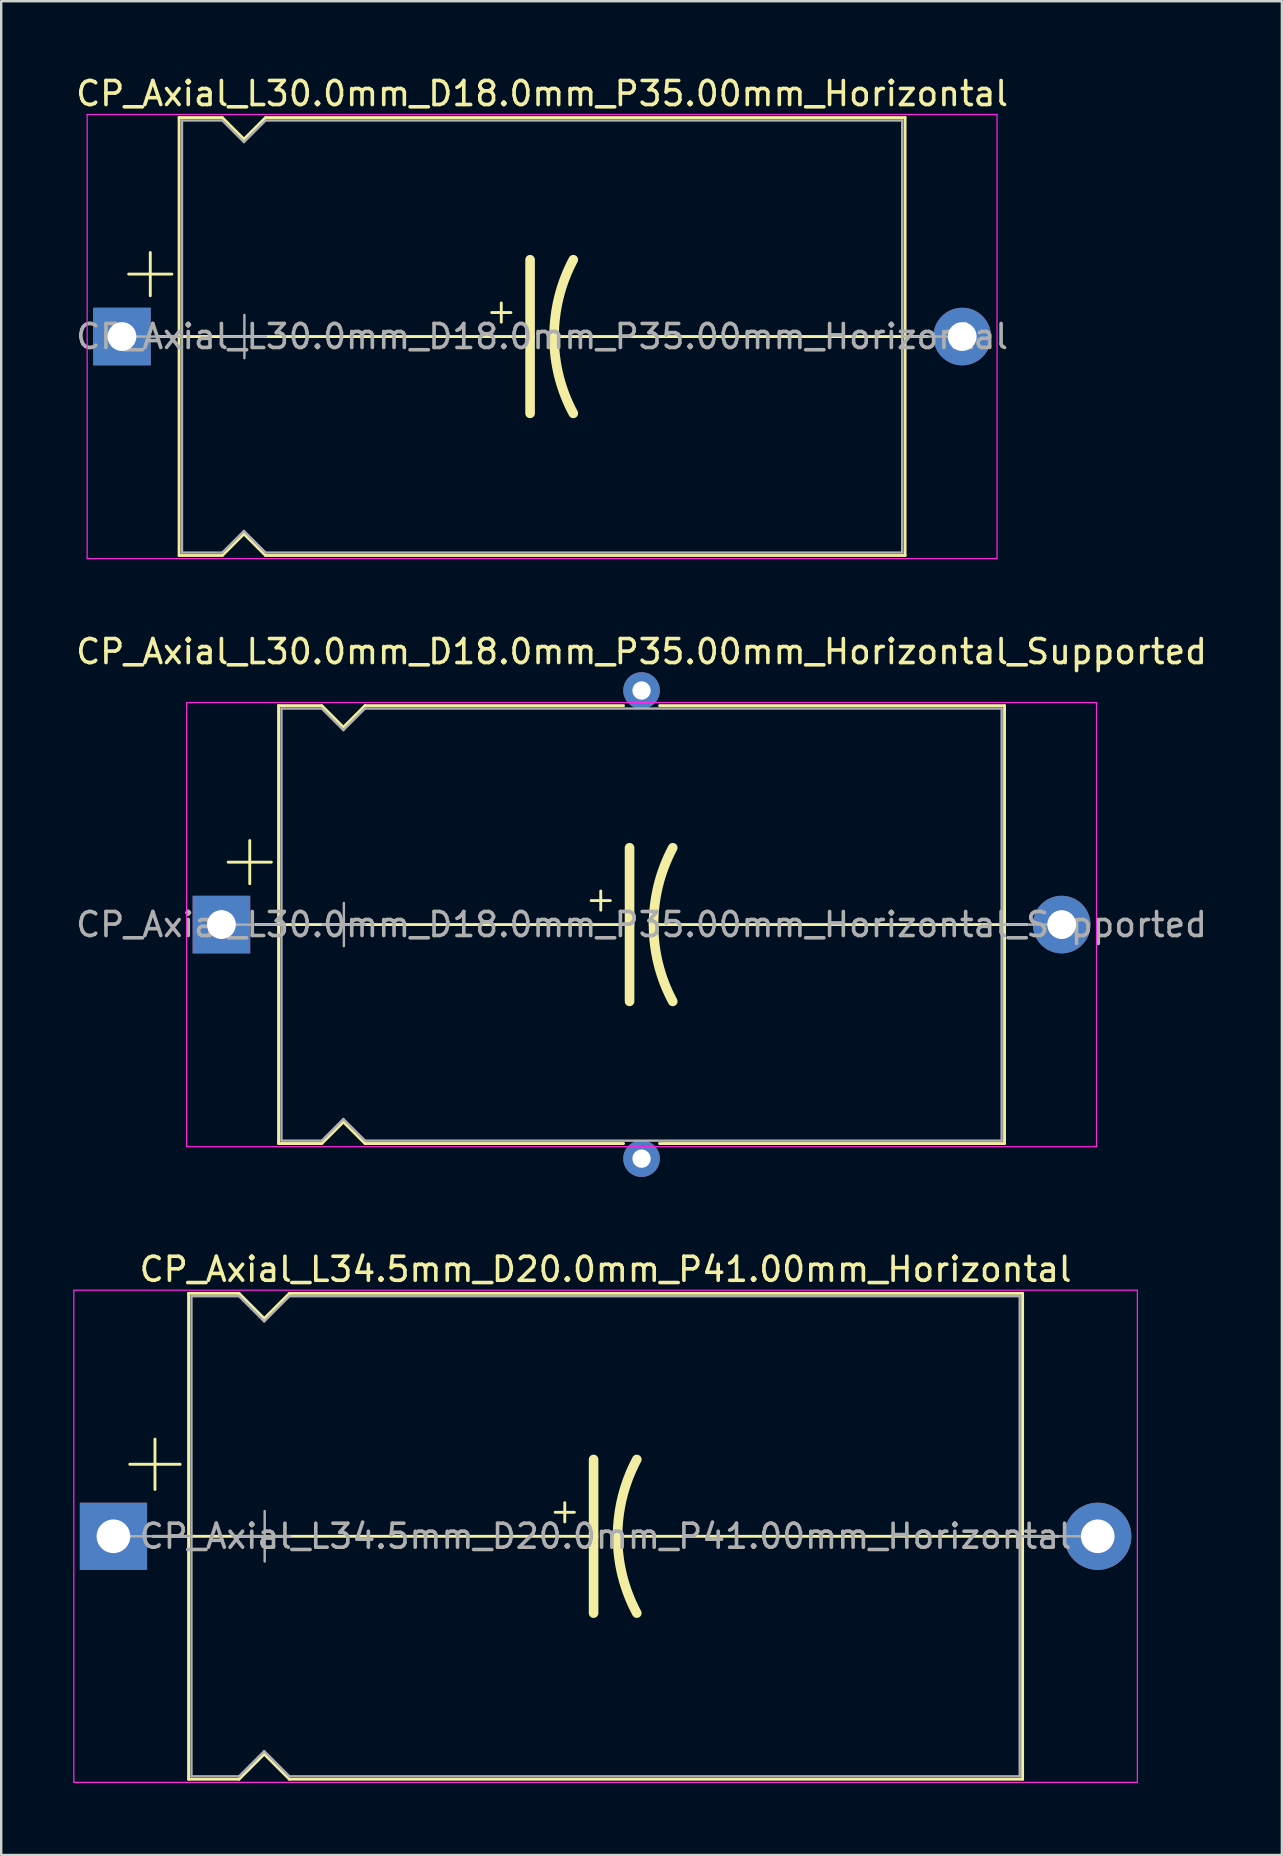
<source format=kicad_pcb>
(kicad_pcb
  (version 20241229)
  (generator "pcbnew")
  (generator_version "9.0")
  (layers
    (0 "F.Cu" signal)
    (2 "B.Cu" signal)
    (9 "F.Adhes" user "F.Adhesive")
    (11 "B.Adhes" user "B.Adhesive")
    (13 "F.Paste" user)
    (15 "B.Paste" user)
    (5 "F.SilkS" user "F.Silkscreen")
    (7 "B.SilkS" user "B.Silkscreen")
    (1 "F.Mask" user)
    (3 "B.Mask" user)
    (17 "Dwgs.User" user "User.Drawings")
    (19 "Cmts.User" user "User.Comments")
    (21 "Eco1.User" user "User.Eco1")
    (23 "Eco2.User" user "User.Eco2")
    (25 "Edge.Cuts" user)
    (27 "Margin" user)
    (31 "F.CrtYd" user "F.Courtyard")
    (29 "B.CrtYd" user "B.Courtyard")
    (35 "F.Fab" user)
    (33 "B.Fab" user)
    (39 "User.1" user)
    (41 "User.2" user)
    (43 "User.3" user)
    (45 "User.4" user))
  (footprint "CP_Axial_L34.5mm_D20.0mm_P41.00mm_Horizontal"
    (layer "F.Cu")
    (at 1.675 60.942)
    (property "Reference" "CP_Axial_L34.5mm_D20.0mm_P41.00mm_Horizontal" (at 20.5 -11.12 0) (layer "F.SilkS") (effects (font (size 1 1) (thickness 0.15))))
    (attr through_hole)
    (fp_line (start 0.68 -3) (end 2.78 -3) (stroke (width 0.12) (type solid)) (layer "F.SilkS"))
    (fp_line (start 1.64 0) (end 3.13 0) (stroke (width 0.12) (type solid)) (layer "F.SilkS"))
    (fp_line (start 1.73 -4.05) (end 1.73 -1.95) (stroke (width 0.12) (type solid)) (layer "F.SilkS"))
    (fp_line (start 3.13 -10.12) (end 3.13 10.12) (stroke (width 0.12) (type solid)) (layer "F.SilkS"))
    (fp_line (start 3.13 -10.12) (end 5.23 -10.12) (stroke (width 0.12) (type solid)) (layer "F.SilkS"))
    (fp_line (start 3.13 0) (end 20 0) (stroke (width 0.12) (type solid)) (layer "F.SilkS"))
    (fp_line (start 3.13 10.12) (end 5.23 10.12) (stroke (width 0.12) (type solid)) (layer "F.SilkS"))
    (fp_line (start 5.23 -10.12) (end 6.28 -9.07) (stroke (width 0.12) (type solid)) (layer "F.SilkS"))
    (fp_line (start 5.23 10.12) (end 6.28 9.07) (stroke (width 0.12) (type solid)) (layer "F.SilkS"))
    (fp_line (start 6.28 -9.07) (end 7.33 -10.12) (stroke (width 0.12) (type solid)) (layer "F.SilkS"))
    (fp_line (start 6.28 9.07) (end 7.33 10.12) (stroke (width 0.12) (type solid)) (layer "F.SilkS"))
    (fp_line (start 7.33 -10.12) (end 37.87 -10.12) (stroke (width 0.12) (type solid)) (layer "F.SilkS"))
    (fp_line (start 7.33 10.12) (end 37.87 10.12) (stroke (width 0.12) (type solid)) (layer "F.SilkS"))
    (fp_line (start 18.4 -1) (end 19.2 -1) (stroke (width 0.12) (type solid)) (layer "F.SilkS"))
    (fp_line (start 18.8 -1.4) (end 18.8 -0.6) (stroke (width 0.12) (type solid)) (layer "F.SilkS"))
    (fp_line (start 20 0) (end 20 -3.2) (stroke (width 0.4) (type solid)) (layer "F.SilkS"))
    (fp_line (start 20 0) (end 20 3.2) (stroke (width 0.4) (type solid)) (layer "F.SilkS"))
    (fp_line (start 37.87 -10.12) (end 37.87 10.12) (stroke (width 0.12) (type solid)) (layer "F.SilkS"))
    (fp_line (start 37.87 0) (end 21 0) (stroke (width 0.12) (type solid)) (layer "F.SilkS"))
    (fp_line (start 39.36 0) (end 37.87 0) (stroke (width 0.12) (type solid)) (layer "F.SilkS"))
    (fp_arc (start 21 0) (mid 21.203545 -1.649114) (end 21.8 -3.2) (stroke (width 0.4) (type solid)) (layer "F.SilkS"))
    (fp_arc (start 21.8 3.2) (mid 21.200709 1.649823) (end 21 0) (stroke (width 0.4) (type solid)) (layer "F.SilkS"))
    (fp_line (start -1.65 -10.25) (end -1.65 10.25) (stroke (width 0.05) (type solid)) (layer "F.CrtYd"))
    (fp_line (start -1.65 10.25) (end 42.65 10.25) (stroke (width 0.05) (type solid)) (layer "F.CrtYd"))
    (fp_line (start 42.65 -10.25) (end -1.65 -10.25) (stroke (width 0.05) (type solid)) (layer "F.CrtYd"))
    (fp_line (start 42.65 10.25) (end 42.65 -10.25) (stroke (width 0.05) (type solid)) (layer "F.CrtYd"))
    (fp_line (start 0 0) (end 3.25 0) (stroke (width 0.1) (type solid)) (layer "F.Fab"))
    (fp_line (start 3.25 -10) (end 3.25 10) (stroke (width 0.1) (type solid)) (layer "F.Fab"))
    (fp_line (start 3.25 -10) (end 5.23 -10) (stroke (width 0.1) (type solid)) (layer "F.Fab"))
    (fp_line (start 3.25 10) (end 5.23 10) (stroke (width 0.1) (type solid)) (layer "F.Fab"))
    (fp_line (start 5.23 -10) (end 6.28 -8.95) (stroke (width 0.1) (type solid)) (layer "F.Fab"))
    (fp_line (start 5.23 10) (end 6.28 8.95) (stroke (width 0.1) (type solid)) (layer "F.Fab"))
    (fp_line (start 5.25 0) (end 7.35 0) (stroke (width 0.1) (type solid)) (layer "F.Fab"))
    (fp_line (start 6.28 -8.95) (end 7.33 -10) (stroke (width 0.1) (type solid)) (layer "F.Fab"))
    (fp_line (start 6.28 8.95) (end 7.33 10) (stroke (width 0.1) (type solid)) (layer "F.Fab"))
    (fp_line (start 6.3 -1.05) (end 6.3 1.05) (stroke (width 0.1) (type solid)) (layer "F.Fab"))
    (fp_line (start 7.33 -10) (end 37.75 -10) (stroke (width 0.1) (type solid)) (layer "F.Fab"))
    (fp_line (start 7.33 10) (end 37.75 10) (stroke (width 0.1) (type solid)) (layer "F.Fab"))
    (fp_line (start 37.75 -10) (end 37.75 10) (stroke (width 0.1) (type solid)) (layer "F.Fab"))
    (fp_line (start 41 0) (end 37.75 0) (stroke (width 0.1) (type solid)) (layer "F.Fab"))
    (fp_text user "${REFERENCE}" (at 20.5 0 0) (layer "F.Fab") (effects (font (size 1 1) (thickness 0.15))))
    (pad "1" thru_hole rect (at 0 0) (size 2.8 2.8) (drill 1.4) (layers "*.Cu" "*.Mask"))
    (pad "2" thru_hole oval (at 41 0) (size 2.8 2.8) (drill 1.4) (layers "*.Cu" "*.Mask")))
  (footprint "CP_Axial_L30.0mm_D18.0mm_P35.00mm_Horizontal"
    (layer "F.Cu")
    (at 2.03 10.968)
    (property "Reference" "CP_Axial_L30.0mm_D18.0mm_P35.00mm_Horizontal" (at 17.5 -10.12 0) (layer "F.SilkS") (effects (font (size 1 1) (thickness 0.15))))
    (attr through_hole)
    (fp_line (start 0.28 -2.6) (end 2.08 -2.6) (stroke (width 0.12) (type solid)) (layer "F.SilkS"))
    (fp_line (start 1.18 -3.5) (end 1.18 -1.7) (stroke (width 0.12) (type solid)) (layer "F.SilkS"))
    (fp_line (start 1.44 0) (end 2.38 0) (stroke (width 0.12) (type solid)) (layer "F.SilkS"))
    (fp_line (start 2.38 -9.12) (end 2.38 9.12) (stroke (width 0.12) (type solid)) (layer "F.SilkS"))
    (fp_line (start 2.38 -9.12) (end 4.18 -9.12) (stroke (width 0.12) (type solid)) (layer "F.SilkS"))
    (fp_line (start 2.38 0) (end 17 0) (stroke (width 0.12) (type solid)) (layer "F.SilkS"))
    (fp_line (start 2.38 9.12) (end 4.18 9.12) (stroke (width 0.12) (type solid)) (layer "F.SilkS"))
    (fp_line (start 4.18 -9.12) (end 5.08 -8.22) (stroke (width 0.12) (type solid)) (layer "F.SilkS"))
    (fp_line (start 4.18 9.12) (end 5.08 8.22) (stroke (width 0.12) (type solid)) (layer "F.SilkS"))
    (fp_line (start 5.08 -8.22) (end 5.98 -9.12) (stroke (width 0.12) (type solid)) (layer "F.SilkS"))
    (fp_line (start 5.08 8.22) (end 5.98 9.12) (stroke (width 0.12) (type solid)) (layer "F.SilkS"))
    (fp_line (start 5.98 -9.12) (end 32.62 -9.12) (stroke (width 0.12) (type solid)) (layer "F.SilkS"))
    (fp_line (start 5.98 9.12) (end 32.62 9.12) (stroke (width 0.12) (type solid)) (layer "F.SilkS"))
    (fp_line (start 15.4 -1) (end 16.2 -1) (stroke (width 0.12) (type solid)) (layer "F.SilkS"))
    (fp_line (start 15.8 -1.4) (end 15.8 -0.6) (stroke (width 0.12) (type solid)) (layer "F.SilkS"))
    (fp_line (start 17 0) (end 17 -3.2) (stroke (width 0.4) (type solid)) (layer "F.SilkS"))
    (fp_line (start 17 0) (end 17 3.2) (stroke (width 0.4) (type solid)) (layer "F.SilkS"))
    (fp_line (start 32.62 -9.12) (end 32.62 9.12) (stroke (width 0.12) (type solid)) (layer "F.SilkS"))
    (fp_line (start 32.62 0) (end 18 0) (stroke (width 0.12) (type solid)) (layer "F.SilkS"))
    (fp_line (start 33.56 0) (end 32.62 0) (stroke (width 0.12) (type solid)) (layer "F.SilkS"))
    (fp_arc (start 18 0) (mid 18.203545 -1.649114) (end 18.8 -3.2) (stroke (width 0.4) (type solid)) (layer "F.SilkS"))
    (fp_arc (start 18.8 3.2) (mid 18.200709 1.649823) (end 18 0) (stroke (width 0.4) (type solid)) (layer "F.SilkS"))
    (fp_line (start -1.45 -9.25) (end -1.45 9.25) (stroke (width 0.05) (type solid)) (layer "F.CrtYd"))
    (fp_line (start -1.45 9.25) (end 36.45 9.25) (stroke (width 0.05) (type solid)) (layer "F.CrtYd"))
    (fp_line (start 36.45 -9.25) (end -1.45 -9.25) (stroke (width 0.05) (type solid)) (layer "F.CrtYd"))
    (fp_line (start 36.45 9.25) (end 36.45 -9.25) (stroke (width 0.05) (type solid)) (layer "F.CrtYd"))
    (fp_line (start 0 0) (end 2.5 0) (stroke (width 0.1) (type solid)) (layer "F.Fab"))
    (fp_line (start 2.5 -9) (end 2.5 9) (stroke (width 0.1) (type solid)) (layer "F.Fab"))
    (fp_line (start 2.5 -9) (end 4.18 -9) (stroke (width 0.1) (type solid)) (layer "F.Fab"))
    (fp_line (start 2.5 9) (end 4.18 9) (stroke (width 0.1) (type solid)) (layer "F.Fab"))
    (fp_line (start 4.18 -9) (end 5.08 -8.1) (stroke (width 0.1) (type solid)) (layer "F.Fab"))
    (fp_line (start 4.18 9) (end 5.08 8.1) (stroke (width 0.1) (type solid)) (layer "F.Fab"))
    (fp_line (start 4.2 0) (end 6 0) (stroke (width 0.1) (type solid)) (layer "F.Fab"))
    (fp_line (start 5.08 -8.1) (end 5.98 -9) (stroke (width 0.1) (type solid)) (layer "F.Fab"))
    (fp_line (start 5.08 8.1) (end 5.98 9) (stroke (width 0.1) (type solid)) (layer "F.Fab"))
    (fp_line (start 5.1 -0.9) (end 5.1 0.9) (stroke (width 0.1) (type solid)) (layer "F.Fab"))
    (fp_line (start 5.98 -9) (end 32.5 -9) (stroke (width 0.1) (type solid)) (layer "F.Fab"))
    (fp_line (start 5.98 9) (end 32.5 9) (stroke (width 0.1) (type solid)) (layer "F.Fab"))
    (fp_line (start 32.5 -9) (end 32.5 9) (stroke (width 0.1) (type solid)) (layer "F.Fab"))
    (fp_line (start 35 0) (end 32.5 0) (stroke (width 0.1) (type solid)) (layer "F.Fab"))
    (fp_text user "${REFERENCE}" (at 17.5 0 0) (layer "F.Fab") (effects (font (size 1 1) (thickness 0.15))))
    (pad "1" thru_hole rect (at 0 0) (size 2.4 2.4) (drill 1.2) (layers "*.Cu" "*.Mask"))
    (pad "2" thru_hole oval (at 35 0) (size 2.4 2.4) (drill 1.2) (layers "*.Cu" "*.Mask")))
  (footprint "CP_Axial_L30.0mm_D18.0mm_P35.00mm_Horizontal_Supported"
    (layer "F.Cu")
    (at 6.173 35.462)
    (property "Reference" "CP_Axial_L30.0mm_D18.0mm_P35.00mm_Horizontal_Supported" (at 17.5 -11.37 0) (layer "F.SilkS") (effects (font (size 1 1) (thickness 0.15))))
    (attr through_hole)
    (fp_line (start 0.28 -2.6) (end 2.08 -2.6) (stroke (width 0.12) (type solid)) (layer "F.SilkS"))
    (fp_line (start 1.18 -3.5) (end 1.18 -1.7) (stroke (width 0.12) (type solid)) (layer "F.SilkS"))
    (fp_line (start 1.44 0) (end 2.38 0) (stroke (width 0.12) (type solid)) (layer "F.SilkS"))
    (fp_line (start 2.38 -9.12) (end 2.38 9.12) (stroke (width 0.12) (type solid)) (layer "F.SilkS"))
    (fp_line (start 2.38 -9.12) (end 4.18 -9.12) (stroke (width 0.12) (type solid)) (layer "F.SilkS"))
    (fp_line (start 2.38 0) (end 17 0) (stroke (width 0.12) (type solid)) (layer "F.SilkS"))
    (fp_line (start 2.38 9.12) (end 4.18 9.12) (stroke (width 0.12) (type solid)) (layer "F.SilkS"))
    (fp_line (start 4.18 -9.12) (end 5.08 -8.22) (stroke (width 0.12) (type solid)) (layer "F.SilkS"))
    (fp_line (start 4.18 9.12) (end 5.08 8.22) (stroke (width 0.12) (type solid)) (layer "F.SilkS"))
    (fp_line (start 5.08 -8.22) (end 5.98 -9.12) (stroke (width 0.12) (type solid)) (layer "F.SilkS"))
    (fp_line (start 5.08 8.22) (end 5.98 9.12) (stroke (width 0.12) (type solid)) (layer "F.SilkS"))
    (fp_line (start 5.98 -9.12) (end 16.75 -9.12) (stroke (width 0.12) (type solid)) (layer "F.SilkS"))
    (fp_line (start 5.98 9.12) (end 16.75 9.12) (stroke (width 0.12) (type solid)) (layer "F.SilkS"))
    (fp_line (start 15.4 -1) (end 16.2 -1) (stroke (width 0.12) (type solid)) (layer "F.SilkS"))
    (fp_line (start 15.8 -1.4) (end 15.8 -0.6) (stroke (width 0.12) (type solid)) (layer "F.SilkS"))
    (fp_line (start 17 0) (end 17 -3.2) (stroke (width 0.4) (type solid)) (layer "F.SilkS"))
    (fp_line (start 17 0) (end 17 3.2) (stroke (width 0.4) (type solid)) (layer "F.SilkS"))
    (fp_line (start 18.25 -9.12) (end 32.62 -9.12) (stroke (width 0.12) (type solid)) (layer "F.SilkS"))
    (fp_line (start 18.25 9.12) (end 32.62 9.12) (stroke (width 0.12) (type solid)) (layer "F.SilkS"))
    (fp_line (start 32.62 -9.12) (end 32.62 9.12) (stroke (width 0.12) (type solid)) (layer "F.SilkS"))
    (fp_line (start 32.62 0) (end 18 0) (stroke (width 0.12) (type solid)) (layer "F.SilkS"))
    (fp_line (start 33.56 0) (end 32.62 0) (stroke (width 0.12) (type solid)) (layer "F.SilkS"))
    (fp_arc (start 18 0) (mid 18.203545 -1.649114) (end 18.8 -3.2) (stroke (width 0.4) (type solid)) (layer "F.SilkS"))
    (fp_arc (start 18.8 3.2) (mid 18.200709 1.649823) (end 18 0) (stroke (width 0.4) (type solid)) (layer "F.SilkS"))
    (fp_line (start -1.45 -9.25) (end -1.45 9.25) (stroke (width 0.05) (type solid)) (layer "F.CrtYd"))
    (fp_line (start -1.45 9.25) (end 36.45 9.25) (stroke (width 0.05) (type solid)) (layer "F.CrtYd"))
    (fp_line (start 36.45 -9.25) (end -1.45 -9.25) (stroke (width 0.05) (type solid)) (layer "F.CrtYd"))
    (fp_line (start 36.45 9.25) (end 36.45 -9.25) (stroke (width 0.05) (type solid)) (layer "F.CrtYd"))
    (fp_line (start 0 0) (end 2.5 0) (stroke (width 0.1) (type solid)) (layer "F.Fab"))
    (fp_line (start 2.5 -9) (end 2.5 9) (stroke (width 0.1) (type solid)) (layer "F.Fab"))
    (fp_line (start 2.5 -9) (end 4.18 -9) (stroke (width 0.1) (type solid)) (layer "F.Fab"))
    (fp_line (start 2.5 9) (end 4.18 9) (stroke (width 0.1) (type solid)) (layer "F.Fab"))
    (fp_line (start 4.18 -9) (end 5.08 -8.1) (stroke (width 0.1) (type solid)) (layer "F.Fab"))
    (fp_line (start 4.18 9) (end 5.08 8.1) (stroke (width 0.1) (type solid)) (layer "F.Fab"))
    (fp_line (start 4.2 0) (end 6 0) (stroke (width 0.1) (type solid)) (layer "F.Fab"))
    (fp_line (start 5.08 -8.1) (end 5.98 -9) (stroke (width 0.1) (type solid)) (layer "F.Fab"))
    (fp_line (start 5.08 8.1) (end 5.98 9) (stroke (width 0.1) (type solid)) (layer "F.Fab"))
    (fp_line (start 5.1 -0.9) (end 5.1 0.9) (stroke (width 0.1) (type solid)) (layer "F.Fab"))
    (fp_line (start 5.98 -9) (end 32.5 -9) (stroke (width 0.1) (type solid)) (layer "F.Fab"))
    (fp_line (start 5.98 9) (end 32.5 9) (stroke (width 0.1) (type solid)) (layer "F.Fab"))
    (fp_line (start 32.5 -9) (end 32.5 9) (stroke (width 0.1) (type solid)) (layer "F.Fab"))
    (fp_line (start 35 0) (end 32.5 0) (stroke (width 0.1) (type solid)) (layer "F.Fab"))
    (fp_text user "${REFERENCE}" (at 17.5 0 0) (layer "F.Fab") (effects (font (size 1 1) (thickness 0.15))))
    (pad "" thru_hole circle (at 17.5 -9.75) (size 1.524 1.524) (drill 0.762) (layers "*.Cu" "*.Mask"))
    (pad "" thru_hole circle (at 17.5 9.75) (size 1.524 1.524) (drill 0.762) (layers "*.Cu" "*.Mask"))
    (pad "1" thru_hole rect (at 0 0) (size 2.4 2.4) (drill 1.2) (layers "*.Cu" "*.Mask"))
    (pad "2" thru_hole oval (at 35 0) (size 2.4 2.4) (drill 1.2) (layers "*.Cu" "*.Mask")))
  (gr_rect
    (start -3 -3)
    (end 50.345 74.217)
    (stroke (width 0.1) (type default))
    (fill no)
    (layer "Edge.Cuts")))
</source>
